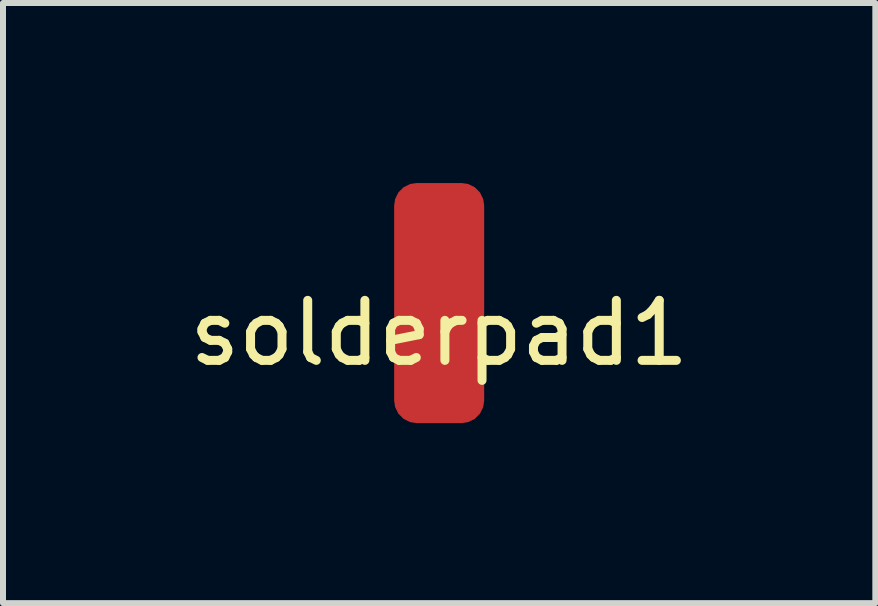
<source format=kicad_pcb>
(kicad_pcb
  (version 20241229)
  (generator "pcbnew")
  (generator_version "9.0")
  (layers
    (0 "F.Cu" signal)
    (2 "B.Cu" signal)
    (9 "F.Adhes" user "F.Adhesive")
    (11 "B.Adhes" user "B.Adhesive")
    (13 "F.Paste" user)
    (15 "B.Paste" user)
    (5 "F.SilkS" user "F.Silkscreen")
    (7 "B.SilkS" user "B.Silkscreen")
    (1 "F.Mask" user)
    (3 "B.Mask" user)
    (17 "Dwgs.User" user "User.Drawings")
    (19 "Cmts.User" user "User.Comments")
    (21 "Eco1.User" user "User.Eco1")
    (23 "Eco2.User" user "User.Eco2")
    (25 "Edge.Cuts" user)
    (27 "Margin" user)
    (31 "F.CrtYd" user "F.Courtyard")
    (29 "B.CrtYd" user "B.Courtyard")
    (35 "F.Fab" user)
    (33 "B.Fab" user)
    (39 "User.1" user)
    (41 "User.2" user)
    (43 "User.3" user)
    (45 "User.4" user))
  (footprint "solderpad1"
    (layer "F.Cu")
    (at 4.268 2)
    (property "Reference" "solderpad1" (at 0 0.5 0) (layer "F.SilkS") (effects (font (size 1 1) (thickness 0.15))))
    (attr through_hole)
    (pad "1" smd roundrect (at 0 0) (size 1.5 4) (layers "F.Cu" "F.Mask") (roundrect_rratio 0.25)))
  (gr_rect
    (start -3 -3)
    (end 11.536 7)
    (stroke (width 0.1) (type default))
    (fill no)
    (layer "Edge.Cuts")))
</source>
